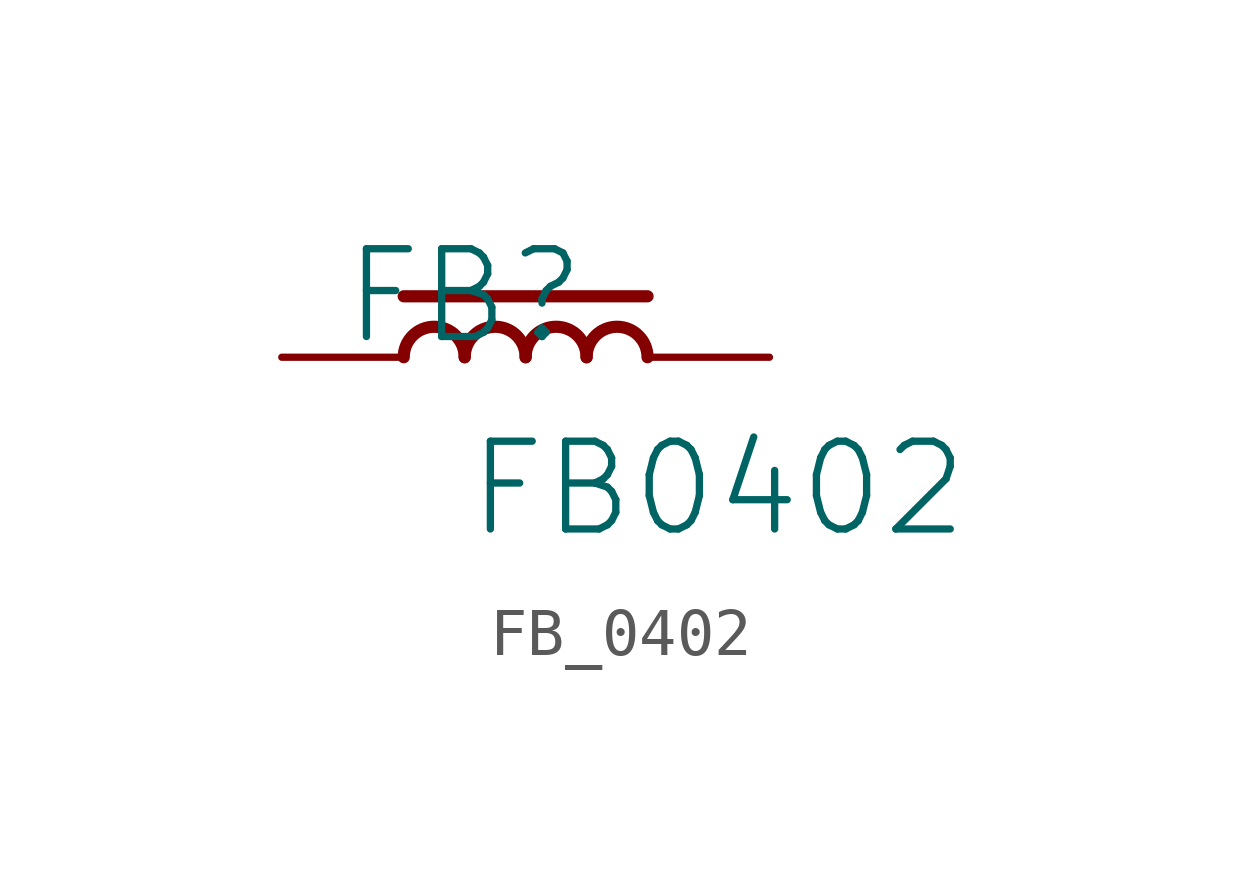
<source format=kicad_sym>
(kicad_symbol_lib
  (version 20231120)
  (generator "kicad_symbol_editor")
  (generator_version "8.0")
  (symbol "FB_0402"
    (property "Reference" "FB"
      (at -1.27 1.27 0)
      (effects (font (size 1.829 1.829))))
    (property "Value" "FB0402"
      (at -1.27 -3.81 0)
      (effects (font (size 1.829 1.829)) (justify left bottom)))
    (symbol "FB_0402_1_0"
      (arc (start -1.27 0) (mid -1.905 0.635) (end -2.54 0) (stroke (width 0.254) (type solid)) (fill (type none)))
      (arc (start 0 0) (mid -0.635 0.635) (end -1.27 0) (stroke (width 0.254) (type solid)) (fill (type none)))
      (polyline (pts (xy -2.54 1.27) (xy 2.54 1.27)) (stroke (width 0.254) (type solid)) (fill (type none)))
      (arc (start 1.27 0) (mid 0.635 0.635) (end 0 0) (stroke (width 0.254) (type solid)) (fill (type none)))
      (arc (start 2.54 0) (mid 1.905 0.635) (end 1.27 0) (stroke (width 0.254) (type solid)) (fill (type none)))
      (pin passive line (at -5.08 0 0) (length 2.54) (name "1" (effects (font (size 0 0)))) (number "1" (effects (font (size 0 0)))))
      (pin passive line (at 5.08 0 180) (length 2.54) (name "2" (effects (font (size 0 0)))) (number "2" (effects (font (size 0 0))))))))
</source>
